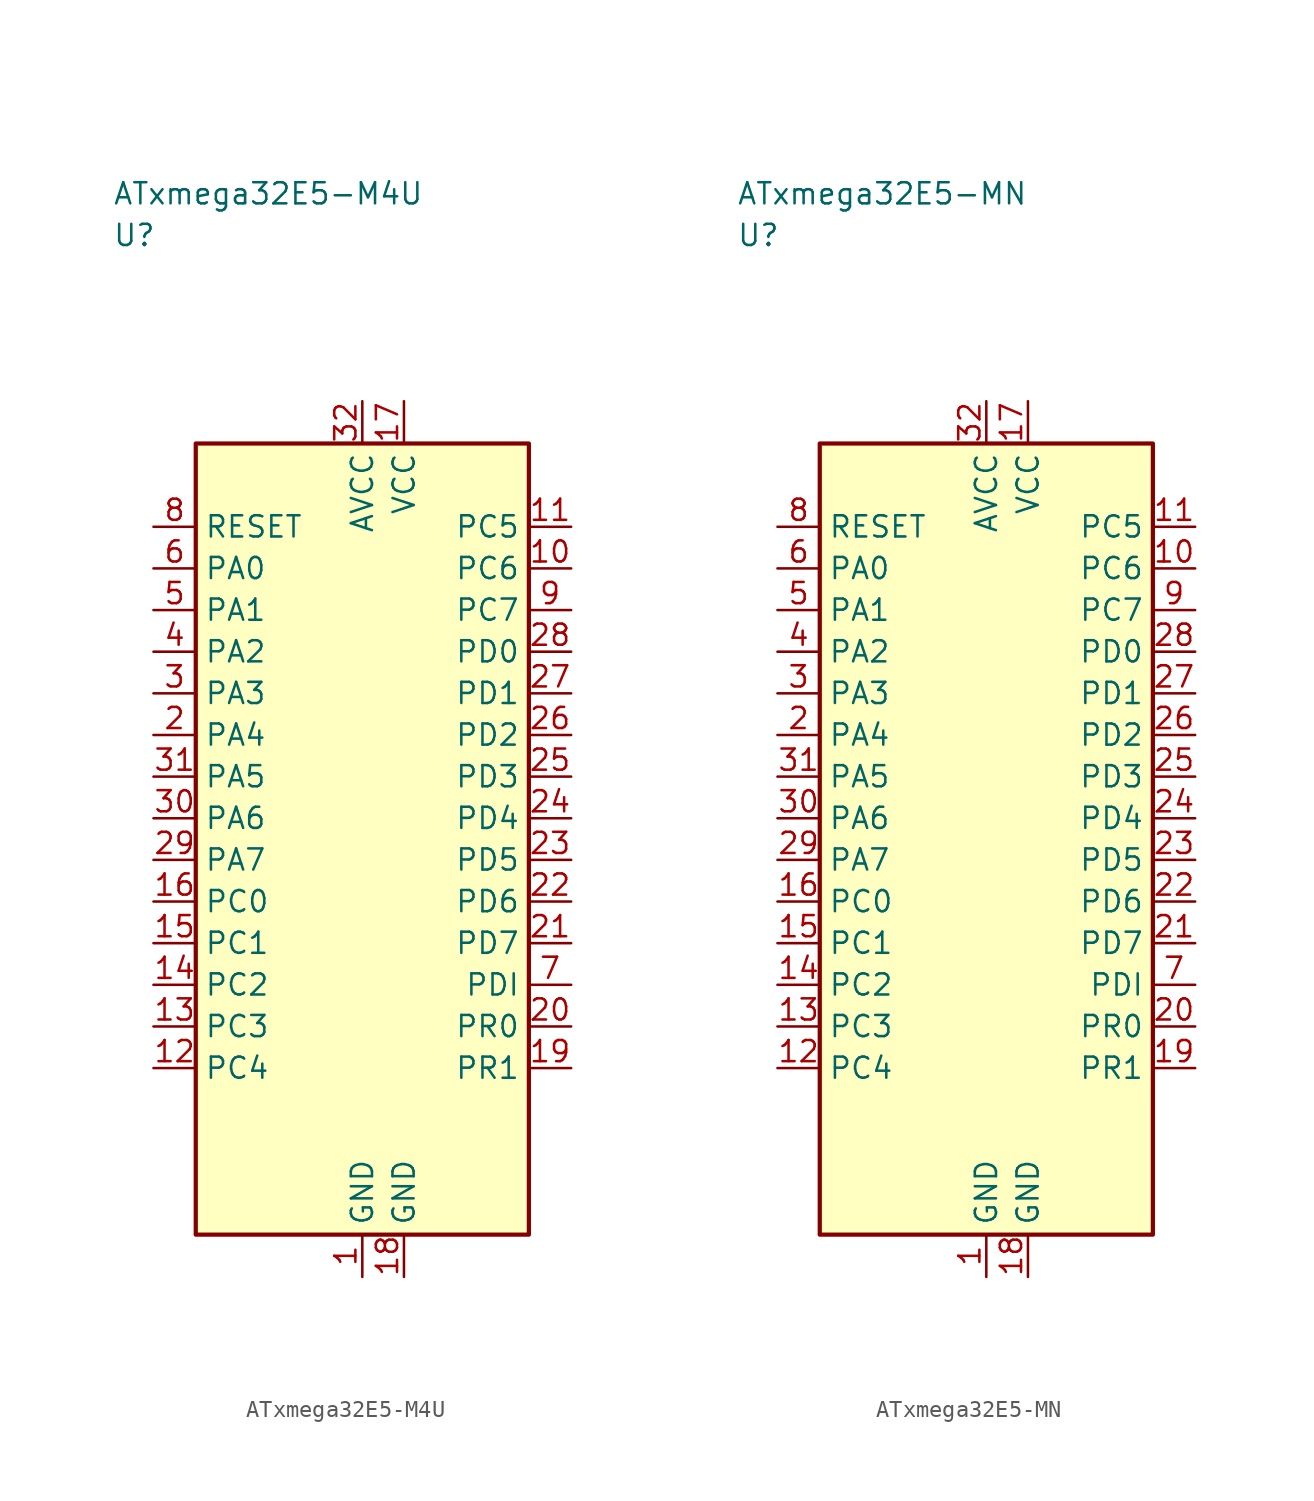
<source format=kicad_sym>
(kicad_symbol_lib
  (version 20241025)
  (generator "kicad_symbol_editor")
  (generator_version "8.0")
  (symbol "ATxmega32E5-M4U"
    (property "Reference" "U"
      (at -15.0 36.25 0)
      (effects (font (size 1.27 1.27)) (justify left)))
    (property "Value" "ATxmega32E5-M4U"
      (at -15.0 38.75 0)
      (effects (font (size 1.27 1.27)) (justify left)))
    (symbol "ATxmega32E5-M4U_0_1"
      (rectangle (start -10.0 23.75) (end 10.0 -23.75) (stroke (width 0.254) (type default)) (fill (type background))))
    (symbol "ATxmega32E5-M4U_1_1"
      (pin passive line (at 0.0 -26.29 90.0) (length 2.54) (name "GND" (effects (font (size 1.27 1.27)))) (number "1" (effects (font (size 1.27 1.27)))))
      (pin bidirectional line (at -12.54 6.25 0.0) (length 2.54) (name "PA4" (effects (font (size 1.27 1.27)))) (number "2" (effects (font (size 1.27 1.27)))))
      (pin bidirectional line (at -12.54 8.75 0.0) (length 2.54) (name "PA3" (effects (font (size 1.27 1.27)))) (number "3" (effects (font (size 1.27 1.27)))))
      (pin bidirectional line (at -12.54 11.25 0.0) (length 2.54) (name "PA2" (effects (font (size 1.27 1.27)))) (number "4" (effects (font (size 1.27 1.27)))))
      (pin bidirectional line (at -12.54 13.75 0.0) (length 2.54) (name "PA1" (effects (font (size 1.27 1.27)))) (number "5" (effects (font (size 1.27 1.27)))))
      (pin bidirectional line (at -12.54 16.25 0.0) (length 2.54) (name "PA0" (effects (font (size 1.27 1.27)))) (number "6" (effects (font (size 1.27 1.27)))))
      (pin bidirectional line (at 12.54 -8.75 180.0) (length 2.54) (name "PDI" (effects (font (size 1.27 1.27)))) (number "7" (effects (font (size 1.27 1.27)))))
      (pin input line (at -12.54 18.75 0.0) (length 2.54) (name "RESET" (effects (font (size 1.27 1.27)))) (number "8" (effects (font (size 1.27 1.27)))))
      (pin bidirectional line (at 12.54 13.75 180.0) (length 2.54) (name "PC7" (effects (font (size 1.27 1.27)))) (number "9" (effects (font (size 1.27 1.27)))))
      (pin bidirectional line (at 12.54 16.25 180.0) (length 2.54) (name "PC6" (effects (font (size 1.27 1.27)))) (number "10" (effects (font (size 1.27 1.27)))))
      (pin bidirectional line (at 12.54 18.75 180.0) (length 2.54) (name "PC5" (effects (font (size 1.27 1.27)))) (number "11" (effects (font (size 1.27 1.27)))))
      (pin bidirectional line (at -12.54 -13.75 0.0) (length 2.54) (name "PC4" (effects (font (size 1.27 1.27)))) (number "12" (effects (font (size 1.27 1.27)))))
      (pin bidirectional line (at -12.54 -11.25 0.0) (length 2.54) (name "PC3" (effects (font (size 1.27 1.27)))) (number "13" (effects (font (size 1.27 1.27)))))
      (pin bidirectional line (at -12.54 -8.75 0.0) (length 2.54) (name "PC2" (effects (font (size 1.27 1.27)))) (number "14" (effects (font (size 1.27 1.27)))))
      (pin bidirectional line (at -12.54 -6.25 0.0) (length 2.54) (name "PC1" (effects (font (size 1.27 1.27)))) (number "15" (effects (font (size 1.27 1.27)))))
      (pin bidirectional line (at -12.54 -3.75 0.0) (length 2.54) (name "PC0" (effects (font (size 1.27 1.27)))) (number "16" (effects (font (size 1.27 1.27)))))
      (pin power_in line (at 2.5 26.29 270.0) (length 2.54) (name "VCC" (effects (font (size 1.27 1.27)))) (number "17" (effects (font (size 1.27 1.27)))))
      (pin passive line (at 2.5 -26.29 90.0) (length 2.54) (name "GND" (effects (font (size 1.27 1.27)))) (number "18" (effects (font (size 1.27 1.27)))))
      (pin bidirectional line (at 12.54 -13.75 180.0) (length 2.54) (name "PR1" (effects (font (size 1.27 1.27)))) (number "19" (effects (font (size 1.27 1.27)))))
      (pin bidirectional line (at 12.54 -11.25 180.0) (length 2.54) (name "PR0" (effects (font (size 1.27 1.27)))) (number "20" (effects (font (size 1.27 1.27)))))
      (pin bidirectional line (at 12.54 -6.25 180.0) (length 2.54) (name "PD7" (effects (font (size 1.27 1.27)))) (number "21" (effects (font (size 1.27 1.27)))))
      (pin bidirectional line (at 12.54 -3.75 180.0) (length 2.54) (name "PD6" (effects (font (size 1.27 1.27)))) (number "22" (effects (font (size 1.27 1.27)))))
      (pin bidirectional line (at 12.54 -1.25 180.0) (length 2.54) (name "PD5" (effects (font (size 1.27 1.27)))) (number "23" (effects (font (size 1.27 1.27)))))
      (pin bidirectional line (at 12.54 1.25 180.0) (length 2.54) (name "PD4" (effects (font (size 1.27 1.27)))) (number "24" (effects (font (size 1.27 1.27)))))
      (pin bidirectional line (at 12.54 3.75 180.0) (length 2.54) (name "PD3" (effects (font (size 1.27 1.27)))) (number "25" (effects (font (size 1.27 1.27)))))
      (pin bidirectional line (at 12.54 6.25 180.0) (length 2.54) (name "PD2" (effects (font (size 1.27 1.27)))) (number "26" (effects (font (size 1.27 1.27)))))
      (pin bidirectional line (at 12.54 8.75 180.0) (length 2.54) (name "PD1" (effects (font (size 1.27 1.27)))) (number "27" (effects (font (size 1.27 1.27)))))
      (pin bidirectional line (at 12.54 11.25 180.0) (length 2.54) (name "PD0" (effects (font (size 1.27 1.27)))) (number "28" (effects (font (size 1.27 1.27)))))
      (pin bidirectional line (at -12.54 -1.25 0.0) (length 2.54) (name "PA7" (effects (font (size 1.27 1.27)))) (number "29" (effects (font (size 1.27 1.27)))))
      (pin bidirectional line (at -12.54 1.25 0.0) (length 2.54) (name "PA6" (effects (font (size 1.27 1.27)))) (number "30" (effects (font (size 1.27 1.27)))))
      (pin bidirectional line (at -12.54 3.75 0.0) (length 2.54) (name "PA5" (effects (font (size 1.27 1.27)))) (number "31" (effects (font (size 1.27 1.27)))))
      (pin power_in line (at 0.0 26.29 270.0) (length 2.54) (name "AVCC" (effects (font (size 1.27 1.27)))) (number "32" (effects (font (size 1.27 1.27)))))))
  (symbol "ATxmega32E5-MN"
    (property "Reference" "U"
      (at -15.0 36.25 0)
      (effects (font (size 1.27 1.27)) (justify left)))
    (property "Value" "ATxmega32E5-MN"
      (at -15.0 38.75 0)
      (effects (font (size 1.27 1.27)) (justify left)))
    (symbol "ATxmega32E5-MN_0_1"
      (rectangle (start -10.0 23.75) (end 10.0 -23.75) (stroke (width 0.254) (type default)) (fill (type background))))
    (symbol "ATxmega32E5-MN_1_1"
      (pin passive line (at 0.0 -26.29 90.0) (length 2.54) (name "GND" (effects (font (size 1.27 1.27)))) (number "1" (effects (font (size 1.27 1.27)))))
      (pin bidirectional line (at -12.54 6.25 0.0) (length 2.54) (name "PA4" (effects (font (size 1.27 1.27)))) (number "2" (effects (font (size 1.27 1.27)))))
      (pin bidirectional line (at -12.54 8.75 0.0) (length 2.54) (name "PA3" (effects (font (size 1.27 1.27)))) (number "3" (effects (font (size 1.27 1.27)))))
      (pin bidirectional line (at -12.54 11.25 0.0) (length 2.54) (name "PA2" (effects (font (size 1.27 1.27)))) (number "4" (effects (font (size 1.27 1.27)))))
      (pin bidirectional line (at -12.54 13.75 0.0) (length 2.54) (name "PA1" (effects (font (size 1.27 1.27)))) (number "5" (effects (font (size 1.27 1.27)))))
      (pin bidirectional line (at -12.54 16.25 0.0) (length 2.54) (name "PA0" (effects (font (size 1.27 1.27)))) (number "6" (effects (font (size 1.27 1.27)))))
      (pin bidirectional line (at 12.54 -8.75 180.0) (length 2.54) (name "PDI" (effects (font (size 1.27 1.27)))) (number "7" (effects (font (size 1.27 1.27)))))
      (pin input line (at -12.54 18.75 0.0) (length 2.54) (name "RESET" (effects (font (size 1.27 1.27)))) (number "8" (effects (font (size 1.27 1.27)))))
      (pin bidirectional line (at 12.54 13.75 180.0) (length 2.54) (name "PC7" (effects (font (size 1.27 1.27)))) (number "9" (effects (font (size 1.27 1.27)))))
      (pin bidirectional line (at 12.54 16.25 180.0) (length 2.54) (name "PC6" (effects (font (size 1.27 1.27)))) (number "10" (effects (font (size 1.27 1.27)))))
      (pin bidirectional line (at 12.54 18.75 180.0) (length 2.54) (name "PC5" (effects (font (size 1.27 1.27)))) (number "11" (effects (font (size 1.27 1.27)))))
      (pin bidirectional line (at -12.54 -13.75 0.0) (length 2.54) (name "PC4" (effects (font (size 1.27 1.27)))) (number "12" (effects (font (size 1.27 1.27)))))
      (pin bidirectional line (at -12.54 -11.25 0.0) (length 2.54) (name "PC3" (effects (font (size 1.27 1.27)))) (number "13" (effects (font (size 1.27 1.27)))))
      (pin bidirectional line (at -12.54 -8.75 0.0) (length 2.54) (name "PC2" (effects (font (size 1.27 1.27)))) (number "14" (effects (font (size 1.27 1.27)))))
      (pin bidirectional line (at -12.54 -6.25 0.0) (length 2.54) (name "PC1" (effects (font (size 1.27 1.27)))) (number "15" (effects (font (size 1.27 1.27)))))
      (pin bidirectional line (at -12.54 -3.75 0.0) (length 2.54) (name "PC0" (effects (font (size 1.27 1.27)))) (number "16" (effects (font (size 1.27 1.27)))))
      (pin power_in line (at 2.5 26.29 270.0) (length 2.54) (name "VCC" (effects (font (size 1.27 1.27)))) (number "17" (effects (font (size 1.27 1.27)))))
      (pin passive line (at 2.5 -26.29 90.0) (length 2.54) (name "GND" (effects (font (size 1.27 1.27)))) (number "18" (effects (font (size 1.27 1.27)))))
      (pin bidirectional line (at 12.54 -13.75 180.0) (length 2.54) (name "PR1" (effects (font (size 1.27 1.27)))) (number "19" (effects (font (size 1.27 1.27)))))
      (pin bidirectional line (at 12.54 -11.25 180.0) (length 2.54) (name "PR0" (effects (font (size 1.27 1.27)))) (number "20" (effects (font (size 1.27 1.27)))))
      (pin bidirectional line (at 12.54 -6.25 180.0) (length 2.54) (name "PD7" (effects (font (size 1.27 1.27)))) (number "21" (effects (font (size 1.27 1.27)))))
      (pin bidirectional line (at 12.54 -3.75 180.0) (length 2.54) (name "PD6" (effects (font (size 1.27 1.27)))) (number "22" (effects (font (size 1.27 1.27)))))
      (pin bidirectional line (at 12.54 -1.25 180.0) (length 2.54) (name "PD5" (effects (font (size 1.27 1.27)))) (number "23" (effects (font (size 1.27 1.27)))))
      (pin bidirectional line (at 12.54 1.25 180.0) (length 2.54) (name "PD4" (effects (font (size 1.27 1.27)))) (number "24" (effects (font (size 1.27 1.27)))))
      (pin bidirectional line (at 12.54 3.75 180.0) (length 2.54) (name "PD3" (effects (font (size 1.27 1.27)))) (number "25" (effects (font (size 1.27 1.27)))))
      (pin bidirectional line (at 12.54 6.25 180.0) (length 2.54) (name "PD2" (effects (font (size 1.27 1.27)))) (number "26" (effects (font (size 1.27 1.27)))))
      (pin bidirectional line (at 12.54 8.75 180.0) (length 2.54) (name "PD1" (effects (font (size 1.27 1.27)))) (number "27" (effects (font (size 1.27 1.27)))))
      (pin bidirectional line (at 12.54 11.25 180.0) (length 2.54) (name "PD0" (effects (font (size 1.27 1.27)))) (number "28" (effects (font (size 1.27 1.27)))))
      (pin bidirectional line (at -12.54 -1.25 0.0) (length 2.54) (name "PA7" (effects (font (size 1.27 1.27)))) (number "29" (effects (font (size 1.27 1.27)))))
      (pin bidirectional line (at -12.54 1.25 0.0) (length 2.54) (name "PA6" (effects (font (size 1.27 1.27)))) (number "30" (effects (font (size 1.27 1.27)))))
      (pin bidirectional line (at -12.54 3.75 0.0) (length 2.54) (name "PA5" (effects (font (size 1.27 1.27)))) (number "31" (effects (font (size 1.27 1.27)))))
      (pin power_in line (at 0.0 26.29 270.0) (length 2.54) (name "AVCC" (effects (font (size 1.27 1.27)))) (number "32" (effects (font (size 1.27 1.27))))))))
</source>
